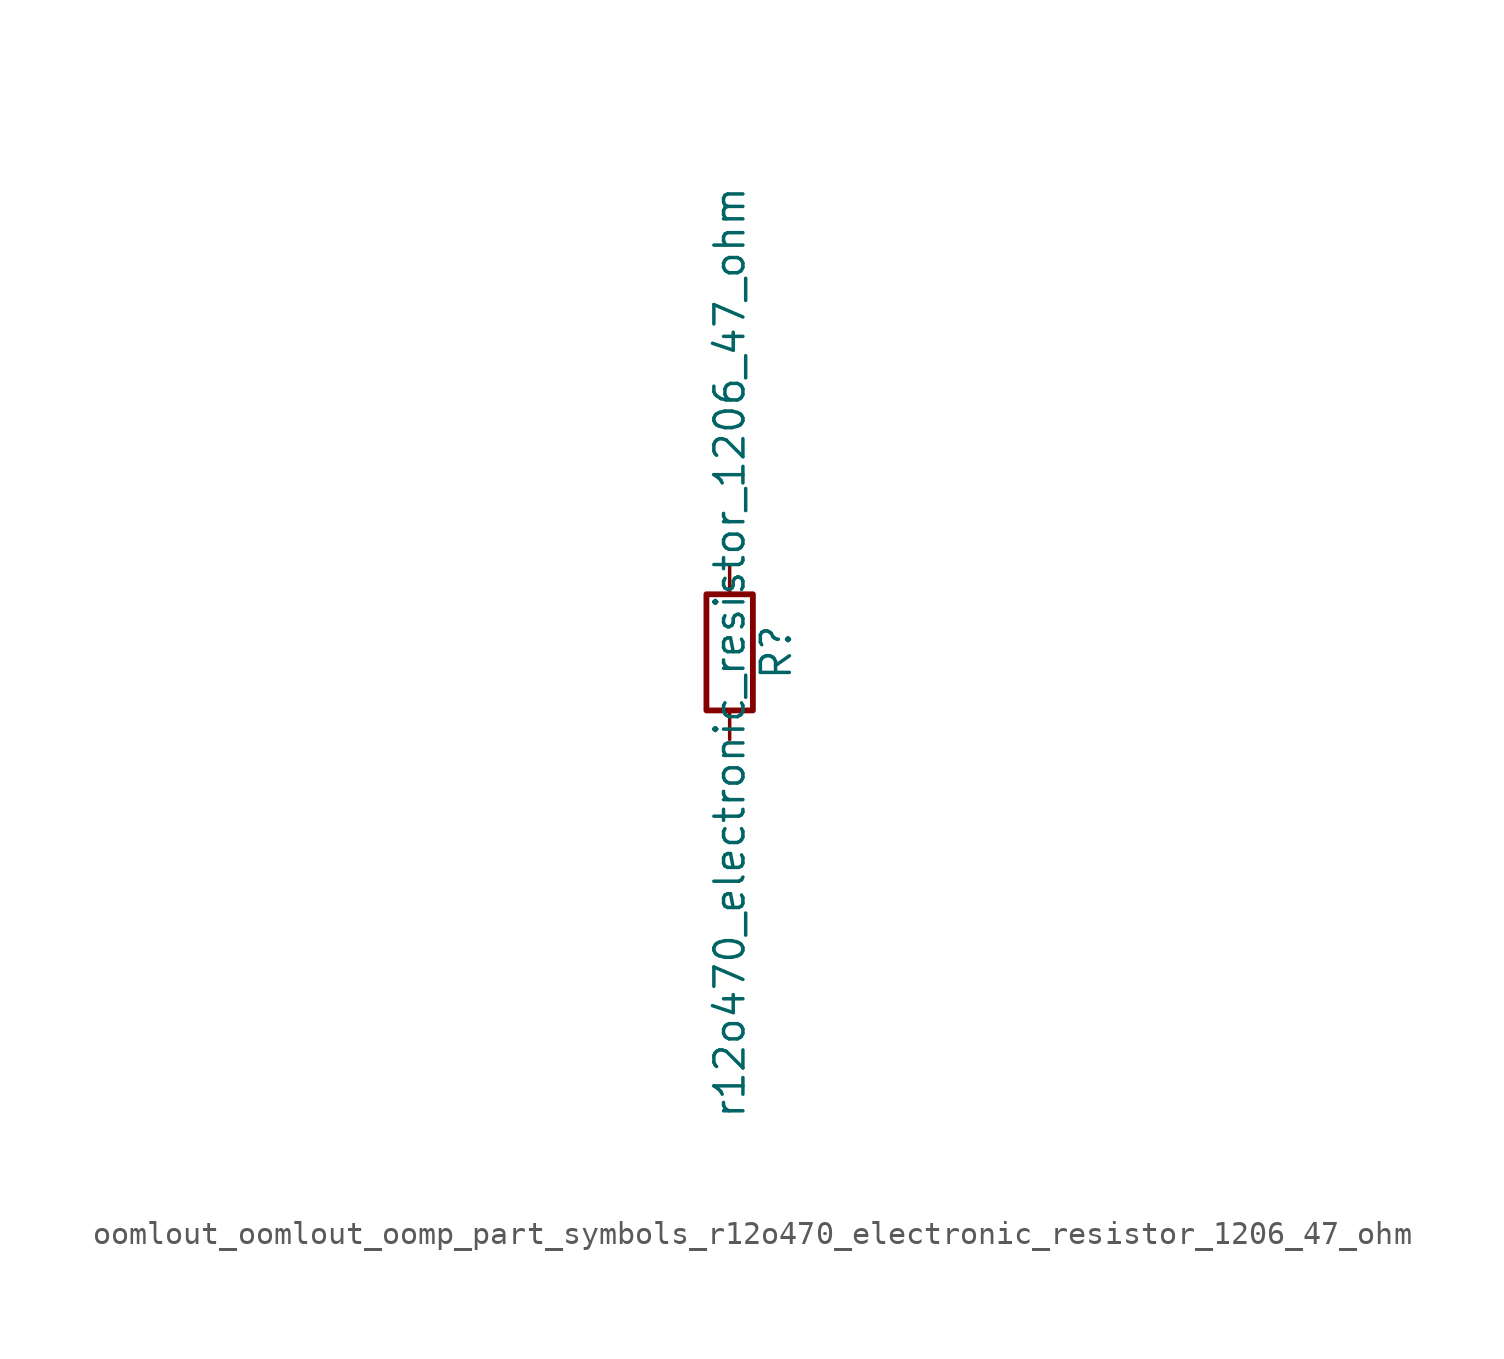
<source format=kicad_sym>
(kicad_symbol_lib
  (version 20220914)
  (generator kicad_symbol_editor)
  (symbol "oomlout_oomlout_oomp_part_symbols_r12o470_electronic_resistor_1206_47_ohm"
    (pin_numbers hide)
    (pin_names
      (offset 0))
    (property "Reference" "R"
      (at 2.032 0 90)
      (effects (font (size 1.27 1.27))))
    (property "Value" "r12o470_electronic_resistor_1206_47_ohm"
      (at 0 0 90)
      (effects (font (size 1.27 1.27))))
    (symbol "oomlout_oomlout_oomp_part_symbols_r12o470_electronic_resistor_1206_47_ohm_0_1"
      (rectangle (start -1.016 -2.54) (end 1.016 2.54) (stroke (width 0.254) (type default)) (fill (type none))))
    (symbol "oomlout_oomlout_oomp_part_symbols_r12o470_electronic_resistor_1206_47_ohm_1_1"
      (pin passive line (at 0 3.81 270) (length 1.27) (name "~" (effects (font (size 1.27 1.27)))) (number "1" (effects (font (size 1.27 1.27)))))
      (pin passive line (at 0 -3.81 90) (length 1.27) (name "~" (effects (font (size 1.27 1.27)))) (number "2" (effects (font (size 1.27 1.27))))))))
</source>
